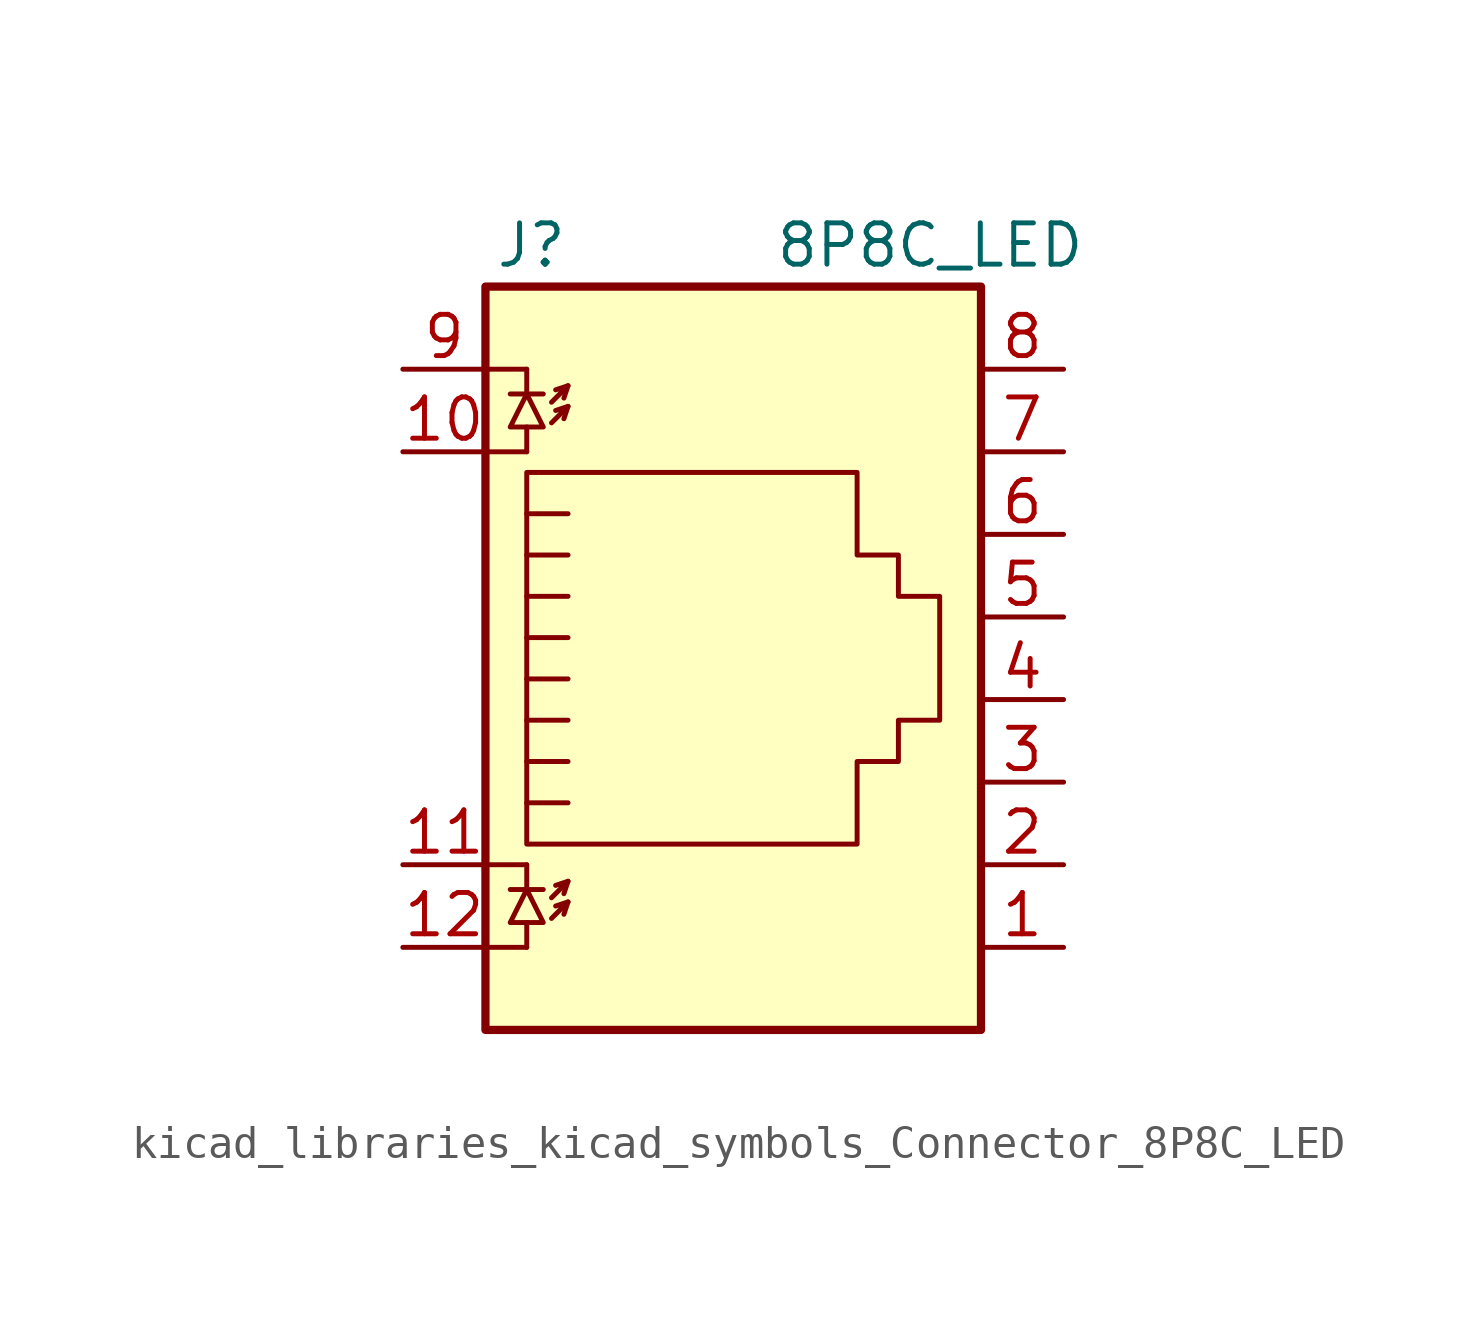
<source format=kicad_sym>
(kicad_symbol_lib
  (version 20220914)
  (generator kicad_symbol_editor)
  (symbol "kicad_libraries_kicad_symbols_Connector_8P8C_LED"
    (pin_names
      (offset 1.016))
    (property "Reference" "J"
      (at -5.08 13.97 0)
      (effects (font (size 1.27 1.27)) (justify right)))
    (property "Value" "8P8C_LED"
      (at 1.27 13.97 0)
      (effects (font (size 1.27 1.27)) (justify left)))
    (symbol "kicad_libraries_kicad_symbols_Connector_8P8C_LED_0_1"
      (polyline (pts (xy -7.62 -7.62) (xy -6.35 -7.62)) (stroke (width 0) (type default)) (fill (type none)))
      (polyline (pts (xy -7.62 -5.08) (xy -6.35 -5.08)) (stroke (width 0) (type default)) (fill (type none)))
      (polyline (pts (xy -7.62 7.62) (xy -6.35 7.62)) (stroke (width 0) (type default)) (fill (type none)))
      (polyline (pts (xy -7.62 10.16) (xy -6.35 10.16)) (stroke (width 0) (type default)) (fill (type none)))
      (polyline (pts (xy -6.858 -5.842) (xy -5.842 -5.842)) (stroke (width 0) (type default)) (fill (type none)))
      (polyline (pts (xy -6.858 9.398) (xy -5.842 9.398)) (stroke (width 0) (type default)) (fill (type none)))
      (polyline (pts (xy -6.35 -7.62) (xy -6.35 -6.858)) (stroke (width 0) (type default)) (fill (type none)))
      (polyline (pts (xy -6.35 -5.08) (xy -6.35 -5.842)) (stroke (width 0) (type default)) (fill (type none)))
      (polyline (pts (xy -6.35 7.62) (xy -6.35 8.382)) (stroke (width 0) (type default)) (fill (type none)))
      (polyline (pts (xy -6.35 10.16) (xy -6.35 9.398)) (stroke (width 0) (type default)) (fill (type none)))
      (polyline (pts (xy -5.08 -6.223) (xy -5.207 -6.604)) (stroke (width 0) (type default)) (fill (type none)))
      (polyline (pts (xy -5.08 -5.588) (xy -5.207 -5.969)) (stroke (width 0) (type default)) (fill (type none)))
      (polyline (pts (xy -5.08 4.445) (xy -6.35 4.445)) (stroke (width 0) (type default)) (fill (type none)))
      (polyline (pts (xy -5.08 5.715) (xy -6.35 5.715)) (stroke (width 0) (type default)) (fill (type none)))
      (polyline (pts (xy -5.08 9.017) (xy -5.207 8.636)) (stroke (width 0) (type default)) (fill (type none)))
      (polyline (pts (xy -5.08 9.652) (xy -5.207 9.271)) (stroke (width 0) (type default)) (fill (type none)))
      (polyline (pts (xy -6.35 -3.175) (xy -5.08 -3.175) (xy -5.08 -3.175)) (stroke (width 0) (type default)) (fill (type none)))
      (polyline (pts (xy -6.35 -1.905) (xy -5.08 -1.905) (xy -5.08 -1.905)) (stroke (width 0) (type default)) (fill (type none)))
      (polyline (pts (xy -6.35 -0.635) (xy -5.08 -0.635) (xy -5.08 -0.635)) (stroke (width 0) (type default)) (fill (type none)))
      (polyline (pts (xy -6.35 0.635) (xy -5.08 0.635) (xy -5.08 0.635)) (stroke (width 0) (type default)) (fill (type none)))
      (polyline (pts (xy -6.35 1.905) (xy -5.08 1.905) (xy -5.08 1.905)) (stroke (width 0) (type default)) (fill (type none)))
      (polyline (pts (xy -5.588 -6.731) (xy -5.08 -6.223) (xy -5.461 -6.35)) (stroke (width 0) (type default)) (fill (type none)))
      (polyline (pts (xy -5.588 -6.096) (xy -5.08 -5.588) (xy -5.461 -5.715)) (stroke (width 0) (type default)) (fill (type none)))
      (polyline (pts (xy -5.588 8.509) (xy -5.08 9.017) (xy -5.461 8.89)) (stroke (width 0) (type default)) (fill (type none)))
      (polyline (pts (xy -5.588 9.144) (xy -5.08 9.652) (xy -5.461 9.525)) (stroke (width 0) (type default)) (fill (type none)))
      (polyline (pts (xy -5.08 3.175) (xy -6.35 3.175) (xy -6.35 3.175)) (stroke (width 0) (type default)) (fill (type none)))
      (polyline (pts (xy -6.35 -5.842) (xy -6.858 -6.858) (xy -5.842 -6.858) (xy -6.35 -5.842)) (stroke (width 0) (type default)) (fill (type none)))
      (polyline (pts (xy -6.35 9.398) (xy -6.858 8.382) (xy -5.842 8.382) (xy -6.35 9.398)) (stroke (width 0) (type default)) (fill (type none)))
      (polyline (pts (xy -6.35 -4.445) (xy -6.35 6.985) (xy 3.81 6.985) (xy 3.81 4.445) (xy 5.08 4.445) (xy 5.08 3.175) (xy 6.35 3.175) (xy 6.35 -0.635) (xy 5.08 -0.635) (xy 5.08 -1.905) (xy 3.81 -1.905) (xy 3.81 -4.445) (xy -6.35 -4.445) (xy -6.35 -4.445)) (stroke (width 0) (type default)) (fill (type none)))
      (rectangle (start 7.62 12.7) (end -7.62 -10.16) (stroke (width 0.254) (type default)) (fill (type background))))
    (symbol "kicad_libraries_kicad_symbols_Connector_8P8C_LED_1_1"
      (pin passive line (at 10.16 -7.62 180) (length 2.54) (name "~" (effects (font (size 1.27 1.27)))) (number "1" (effects (font (size 1.27 1.27)))))
      (pin passive line (at -10.16 7.62 0) (length 2.54) (name "~" (effects (font (size 1.27 1.27)))) (number "10" (effects (font (size 1.27 1.27)))))
      (pin passive line (at -10.16 -5.08 0) (length 2.54) (name "~" (effects (font (size 1.27 1.27)))) (number "11" (effects (font (size 1.27 1.27)))))
      (pin passive line (at -10.16 -7.62 0) (length 2.54) (name "~" (effects (font (size 1.27 1.27)))) (number "12" (effects (font (size 1.27 1.27)))))
      (pin passive line (at 10.16 -5.08 180) (length 2.54) (name "~" (effects (font (size 1.27 1.27)))) (number "2" (effects (font (size 1.27 1.27)))))
      (pin passive line (at 10.16 -2.54 180) (length 2.54) (name "~" (effects (font (size 1.27 1.27)))) (number "3" (effects (font (size 1.27 1.27)))))
      (pin passive line (at 10.16 0 180) (length 2.54) (name "~" (effects (font (size 1.27 1.27)))) (number "4" (effects (font (size 1.27 1.27)))))
      (pin passive line (at 10.16 2.54 180) (length 2.54) (name "~" (effects (font (size 1.27 1.27)))) (number "5" (effects (font (size 1.27 1.27)))))
      (pin passive line (at 10.16 5.08 180) (length 2.54) (name "~" (effects (font (size 1.27 1.27)))) (number "6" (effects (font (size 1.27 1.27)))))
      (pin passive line (at 10.16 7.62 180) (length 2.54) (name "~" (effects (font (size 1.27 1.27)))) (number "7" (effects (font (size 1.27 1.27)))))
      (pin passive line (at 10.16 10.16 180) (length 2.54) (name "~" (effects (font (size 1.27 1.27)))) (number "8" (effects (font (size 1.27 1.27)))))
      (pin passive line (at -10.16 10.16 0) (length 2.54) (name "~" (effects (font (size 1.27 1.27)))) (number "9" (effects (font (size 1.27 1.27))))))))
</source>
